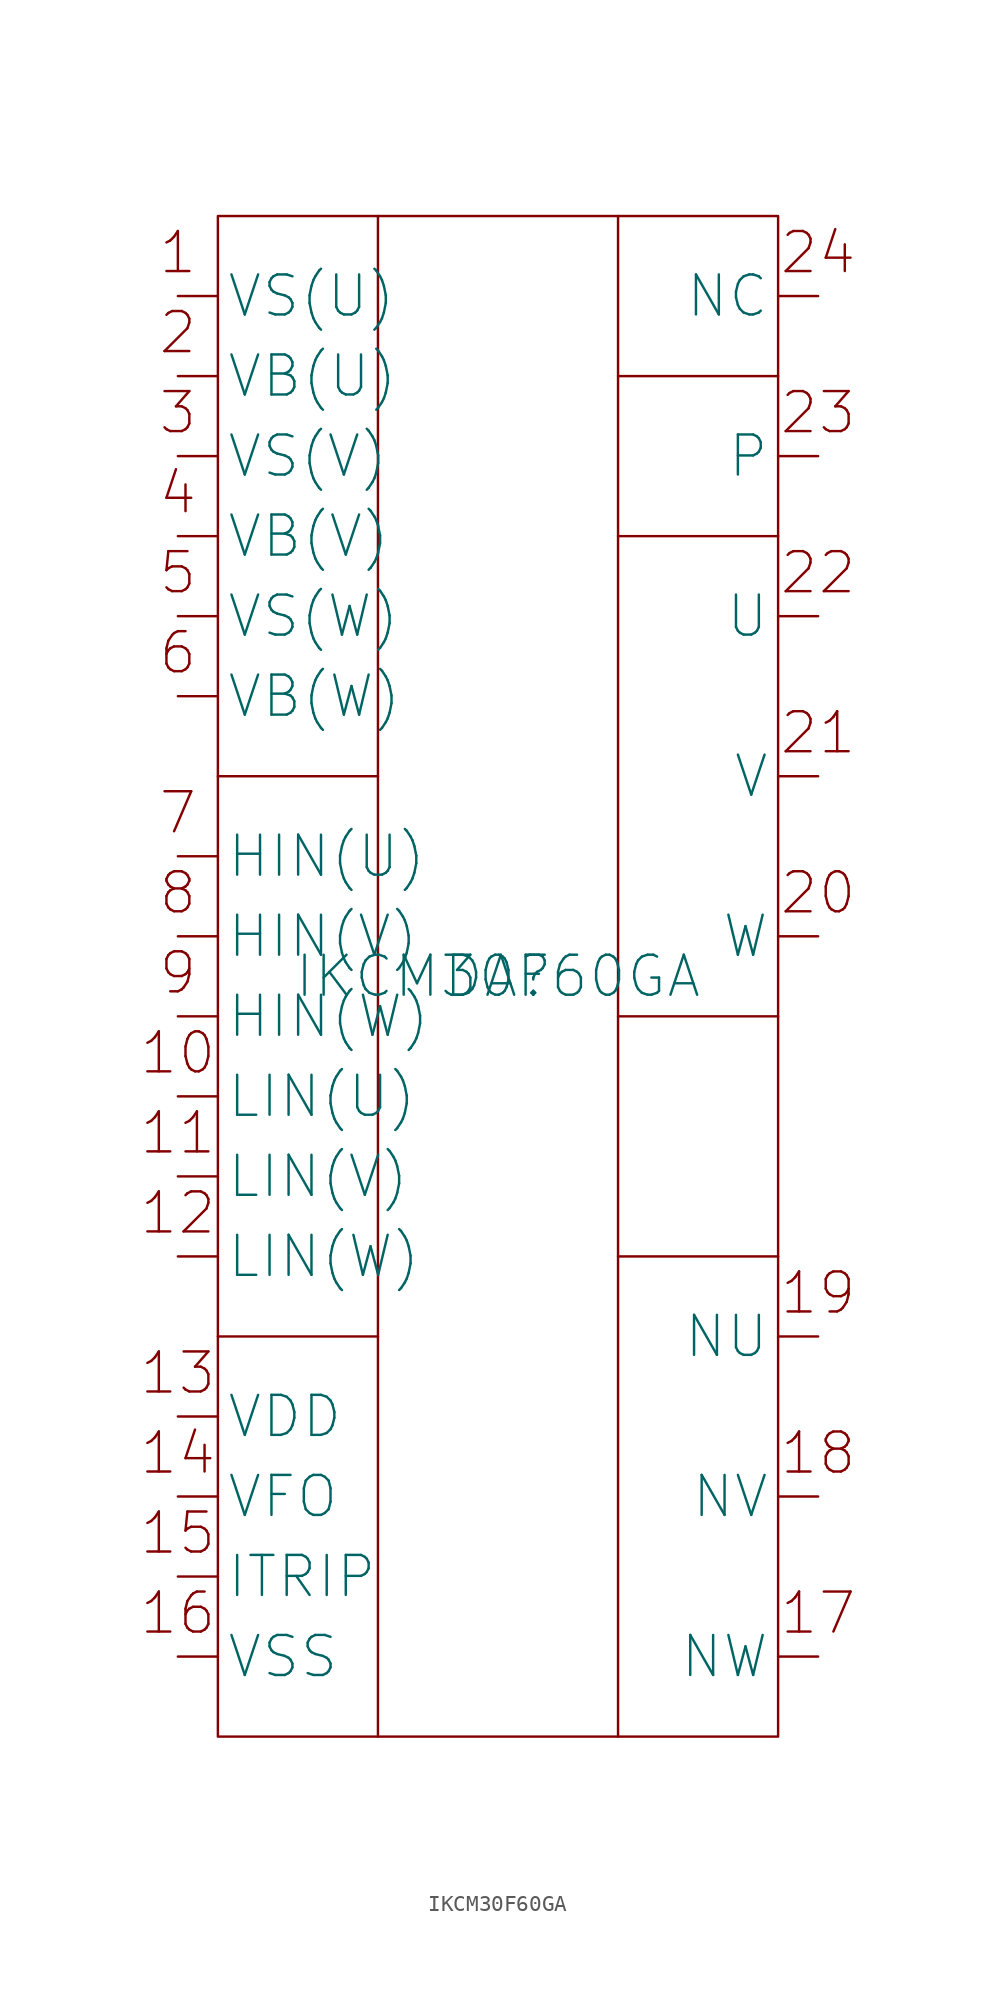
<source format=kicad_sym>
(kicad_symbol_lib
  (version 20220914)
  (generator kicad_symbol_editor)
  (symbol "IKCM30F60GA"
    (pin_numbers hide)
    (property "Reference" "DA"
      (at 0 0 0)
      (effects (font (size 2.5 2.5))))
    (property "Value" "IKCM30F60GA"
      (at 0 0 0)
      (effects (font (size 2.5 2.5))))
    (symbol "IKCM30F60GA_0_1"
      (rectangle (start -17.5 47.5) (end 17.5 -47.5) (stroke (width 0) (type default)) (fill (type none)))
      (polyline (pts (xy -17.5 -22.5) (xy -7.5 -22.5)) (stroke (width 0) (type default)) (fill (type none)))
      (polyline (pts (xy -17.5 12.5) (xy -7.5 12.5)) (stroke (width 0) (type default)) (fill (type none)))
      (polyline (pts (xy -7.5 47.5) (xy -7.5 -47.5)) (stroke (width 0) (type default)) (fill (type none)))
      (polyline (pts (xy 7.5 -17.5) (xy 17.5 -17.5)) (stroke (width 0) (type default)) (fill (type none)))
      (polyline (pts (xy 7.5 47.5) (xy 7.5 -47.5)) (stroke (width 0) (type default)) (fill (type none)))
      (polyline (pts (xy 17.5 -2.5) (xy 7.5 -2.5)) (stroke (width 0) (type default)) (fill (type none)))
      (polyline (pts (xy 17.5 27.5) (xy 7.5 27.5)) (stroke (width 0) (type default)) (fill (type none)))
      (polyline (pts (xy 17.5 37.5) (xy 7.5 37.5)) (stroke (width 0) (type default)) (fill (type none))))
    (symbol "IKCM30F60GA_1_1"
      (text "1" (at -20 43.75 0) (effects (font (size 2.5 2.5)) (justify bottom)))
      (text "10" (at -20 -6.25 0) (effects (font (size 2.5 2.5)) (justify bottom)))
      (text "11" (at -20 -11.25 0) (effects (font (size 2.5 2.5)) (justify bottom)))
      (text "12" (at -20 -16.25 0) (effects (font (size 2.5 2.5)) (justify bottom)))
      (text "13" (at -20 -26.25 0) (effects (font (size 2.5 2.5)) (justify bottom)))
      (text "14" (at -20 -31.25 0) (effects (font (size 2.5 2.5)) (justify bottom)))
      (text "15" (at -20 -36.25 0) (effects (font (size 2.5 2.5)) (justify bottom)))
      (text "16" (at -20 -41.25 0) (effects (font (size 2.5 2.5)) (justify bottom)))
      (text "17" (at 20 -41.25 0) (effects (font (size 2.5 2.5)) (justify bottom)))
      (text "18" (at 20 -31.25 0) (effects (font (size 2.5 2.5)) (justify bottom)))
      (text "19" (at 20 -21.25 0) (effects (font (size 2.5 2.5)) (justify bottom)))
      (text "2" (at -20 38.75 0) (effects (font (size 2.5 2.5)) (justify bottom)))
      (text "20" (at 20 3.75 0) (effects (font (size 2.5 2.5)) (justify bottom)))
      (text "21" (at 20 13.75 0) (effects (font (size 2.5 2.5)) (justify bottom)))
      (text "22" (at 20 23.75 0) (effects (font (size 2.5 2.5)) (justify bottom)))
      (text "23" (at 20 33.75 0) (effects (font (size 2.5 2.5)) (justify bottom)))
      (text "24" (at 20 43.75 0) (effects (font (size 2.5 2.5)) (justify bottom)))
      (text "3" (at -20 33.75 0) (effects (font (size 2.5 2.5)) (justify bottom)))
      (text "4" (at -20 28.75 0) (effects (font (size 2.5 2.5)) (justify bottom)))
      (text "5" (at -20 23.75 0) (effects (font (size 2.5 2.5)) (justify bottom)))
      (text "6" (at -20 18.75 0) (effects (font (size 2.5 2.5)) (justify bottom)))
      (text "7" (at -20 8.75 0) (effects (font (size 2.5 2.5)) (justify bottom)))
      (text "8" (at -20 3.75 0) (effects (font (size 2.5 2.5)) (justify bottom)))
      (text "9" (at -20 -1.25 0) (effects (font (size 2.5 2.5)) (justify bottom)))
      (pin input line (at -20 42.5 0) (length 2.5) (name "VS(U)" (effects (font (size 2.5 2.5)))) (number "1" (effects (font (size 2.5 2.5)))))
      (pin input line (at -20 -7.5 0) (length 2.5) (name "LIN(U)" (effects (font (size 2.5 2.5)))) (number "10" (effects (font (size 2.5 2.5)))))
      (pin input line (at -20 -12.5 0) (length 2.5) (name "LIN(V)" (effects (font (size 2.5 2.5)))) (number "11" (effects (font (size 2.5 2.5)))))
      (pin input line (at -20 -17.5 0) (length 2.5) (name "LIN(W)" (effects (font (size 2.5 2.5)))) (number "12" (effects (font (size 2.5 2.5)))))
      (pin input line (at -20 -27.5 0) (length 2.5) (name "VDD" (effects (font (size 2.5 2.5)))) (number "13" (effects (font (size 2.5 2.5)))))
      (pin input line (at -20 -32.5 0) (length 2.5) (name "VFO" (effects (font (size 2.5 2.5)))) (number "14" (effects (font (size 2.5 2.5)))))
      (pin input line (at -20 -37.5 0) (length 2.5) (name "ITRIP" (effects (font (size 2.5 2.5)))) (number "15" (effects (font (size 2.5 2.5)))))
      (pin input line (at -20 -42.5 0) (length 2.5) (name "VSS" (effects (font (size 2.5 2.5)))) (number "16" (effects (font (size 2.5 2.5)))))
      (pin input line (at 20 -42.5 180) (length 2.5) (name "NW" (effects (font (size 2.5 2.5)))) (number "17" (effects (font (size 2.5 2.5)))))
      (pin input line (at 20 -32.5 180) (length 2.5) (name "NV" (effects (font (size 2.5 2.5)))) (number "18" (effects (font (size 2.5 2.5)))))
      (pin input line (at 20 -22.5 180) (length 2.5) (name "NU" (effects (font (size 2.5 2.5)))) (number "19" (effects (font (size 2.5 2.5)))))
      (pin input line (at -20 37.5 0) (length 2.5) (name "VB(U)" (effects (font (size 2.5 2.5)))) (number "2" (effects (font (size 2.5 2.5)))))
      (pin input line (at 20 2.5 180) (length 2.5) (name "W" (effects (font (size 2.5 2.5)))) (number "20" (effects (font (size 2.5 2.5)))))
      (pin input line (at 20 12.5 180) (length 2.5) (name "V" (effects (font (size 2.5 2.5)))) (number "21" (effects (font (size 2.5 2.5)))))
      (pin input line (at 20 22.5 180) (length 2.5) (name "U" (effects (font (size 2.5 2.5)))) (number "22" (effects (font (size 2.5 2.5)))))
      (pin input line (at 20 32.5 180) (length 2.5) (name "P" (effects (font (size 2.5 2.5)))) (number "23" (effects (font (size 2.5 2.5)))))
      (pin input line (at 20 42.5 180) (length 2.5) (name "NC" (effects (font (size 2.5 2.5)))) (number "24" (effects (font (size 2.5 2.5)))))
      (pin input line (at -20 32.5 0) (length 2.5) (name "VS(V)" (effects (font (size 2.5 2.5)))) (number "3" (effects (font (size 2.5 2.5)))))
      (pin input line (at -20 27.5 0) (length 2.5) (name "VB(V)" (effects (font (size 2.5 2.5)))) (number "4" (effects (font (size 2.5 2.5)))))
      (pin input line (at -20 22.5 0) (length 2.5) (name "VS(W)" (effects (font (size 2.5 2.5)))) (number "5" (effects (font (size 2.5 2.5)))))
      (pin input line (at -20 17.5 0) (length 2.5) (name "VB(W)" (effects (font (size 2.5 2.5)))) (number "6" (effects (font (size 2.5 2.5)))))
      (pin input line (at -20 7.5 0) (length 2.5) (name "HIN(U)" (effects (font (size 2.5 2.5)))) (number "7" (effects (font (size 2.5 2.5)))))
      (pin input line (at -20 2.5 0) (length 2.5) (name "HIN(V)" (effects (font (size 2.5 2.5)))) (number "8" (effects (font (size 2.5 2.5)))))
      (pin input line (at -20 -2.5 0) (length 2.5) (name "HIN(W)" (effects (font (size 2.5 2.5)))) (number "9" (effects (font (size 2.5 2.5))))))))
</source>
